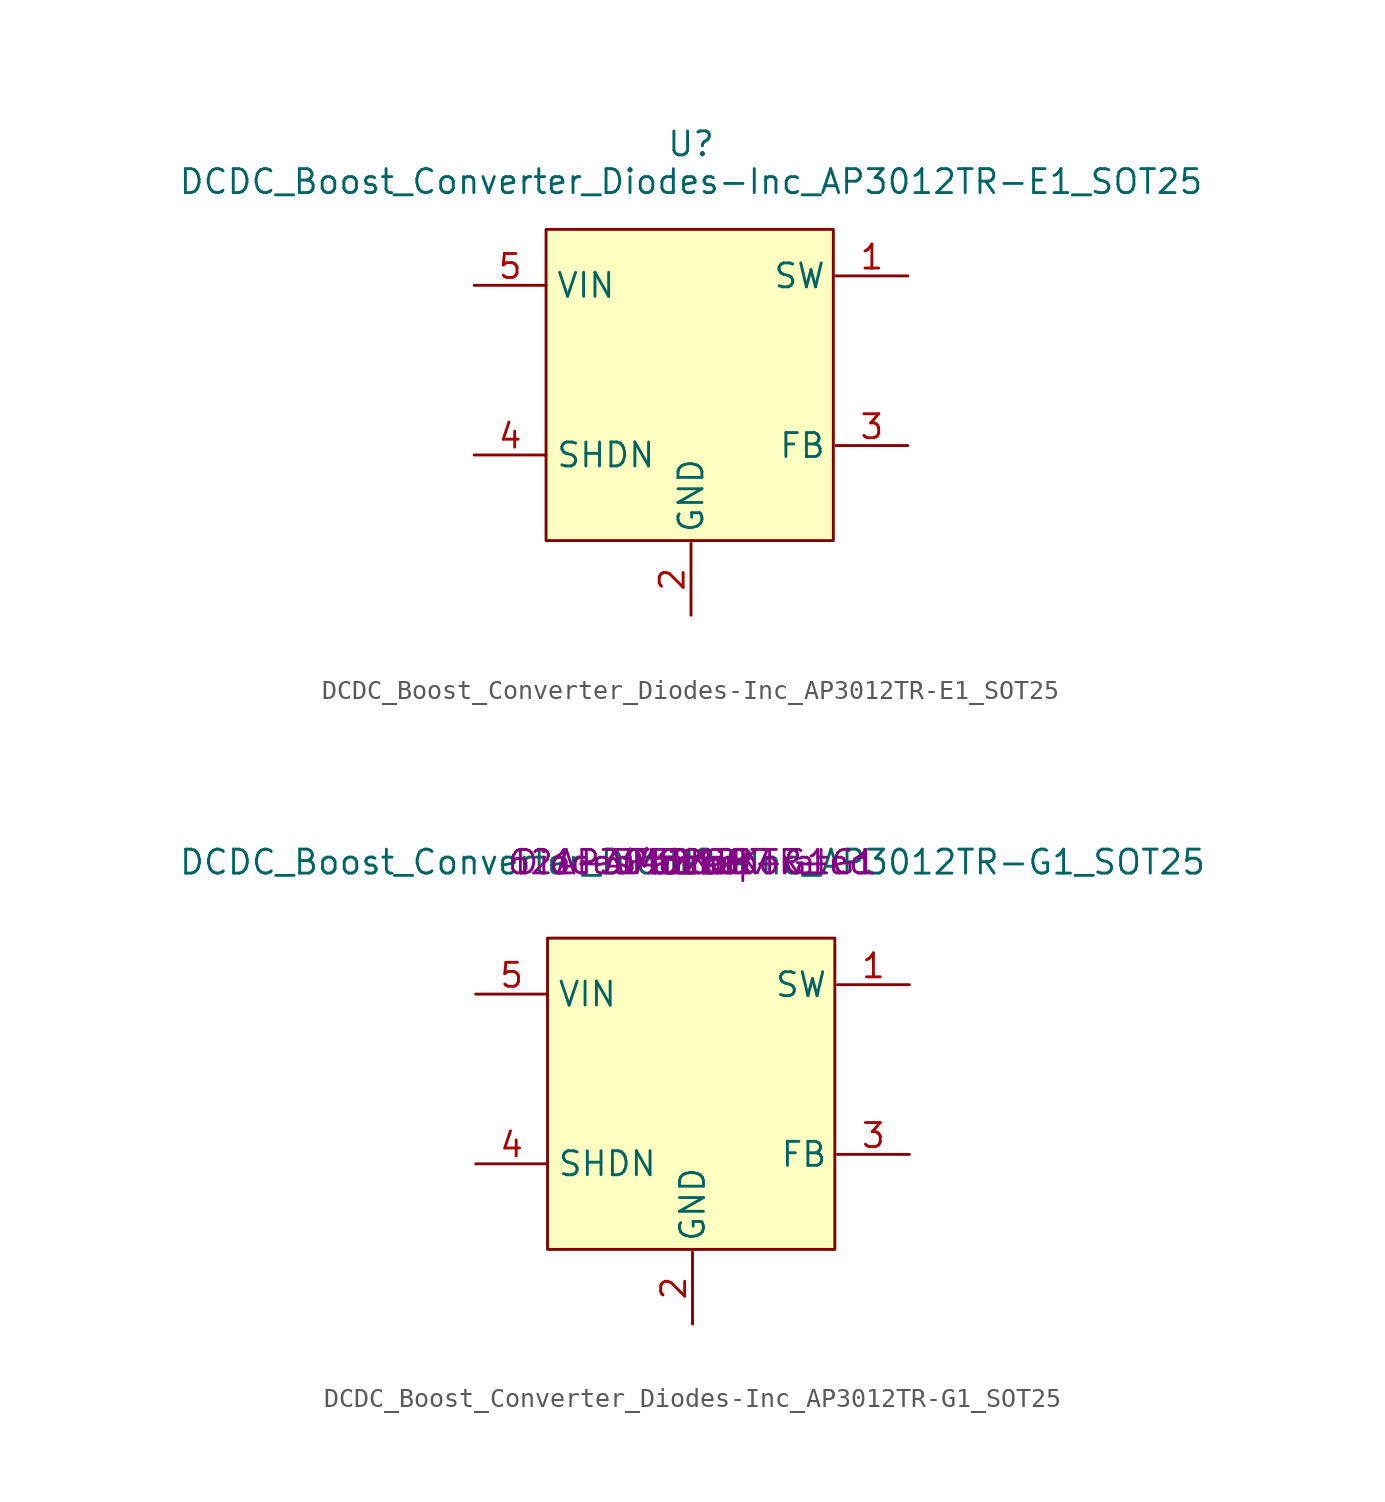
<source format=kicad_sym>
(kicad_symbol_lib
  (version 20211014)
  (generator kicad_symbol_editor)
  (symbol "DCDC_Boost_Converter_Diodes-Inc_AP3012TR-E1_SOT25"
    (pin_names
      (offset 0.5))
    (property "Reference" "U"
      (at 0 12 0)
      (effects (font (size 1.27 1.27))))
    (property "Value" "DCDC_Boost_Converter_Diodes-Inc_AP3012TR-E1_SOT25"
      (at 0 10 0)
      (effects (font (size 1.27 1.27))))
    (symbol "DCDC_Boost_Converter_Diodes-Inc_AP3012TR-E1_SOT25_0_0"
      (pin power_out line (at 11.5 5 180) (length 3.81) (name "SW" (effects (font (size 1.27 1.27)))) (number "1" (effects (font (size 1.27 1.27)))))
      (pin passive line (at 0 -13 90) (length 3.81) (name "GND" (effects (font (size 1.27 1.27)))) (number "2" (effects (font (size 1.27 1.27)))))
      (pin input line (at 11.5 -4 180) (length 3.81) (name "FB" (effects (font (size 1.27 1.27)))) (number "3" (effects (font (size 1.27 1.27)))))
      (pin input line (at -11.5 -4.5 0) (length 3.81) (name "SHDN" (effects (font (size 1.27 1.27)))) (number "4" (effects (font (size 1.27 1.27)))))
      (pin power_in line (at -11.5 4.5 0) (length 3.81) (name "VIN" (effects (font (size 1.27 1.27)))) (number "5" (effects (font (size 1.27 1.27))))))
    (symbol "DCDC_Boost_Converter_Diodes-Inc_AP3012TR-E1_SOT25_0_1"
      (rectangle (start -7.69 7.47) (end 7.55 -9.04) (stroke (width 0) (type default) (color 0 0 0 0)) (fill (type background)))))
  (symbol "DCDC_Boost_Converter_Diodes-Inc_AP3012TR-G1_SOT25"
    (pin_names
      (offset 0.5))
    (property "Reference" "U"
      (at 0 0 0)
      (effects (font (size 1.27 1.27))))
    (property "Value" "DCDC_Boost_Converter_Diodes-Inc_AP3012TR-G1_SOT25"
      (at 0 0 0)
      (effects (font (size 1.27 1.27))))
    (property "Manufacturer1" "Diodes Incorporated"
      (at 0 0 0)
      (effects (font (size 1.245 1.245))))
    (property "MPN1" "AP3012KTR-G1"
      (at 0 0 0)
      (effects (font (size 1.245 1.245))))
    (property "Vendor1" "Farnell"
      (at 0 0 0)
      (effects (font (size 1.245 1.245))))
    (property "SKU1" "3482887"
      (at 0 0 0)
      (effects (font (size 1.245 1.245))))
    (property "Vendor2" "Mouser"
      (at 0 0 0)
      (effects (font (size 1.245 1.245))))
    (property "SKU2" "621-AP3012KTR-G1"
      (at 0 0 0)
      (effects (font (size 1.245 1.245))))
    (symbol "DCDC_Boost_Converter_Diodes-Inc_AP3012TR-G1_SOT25_0_0"
      (pin power_out line (at 11.5 -6.5 180) (length 3.81) (name "SW" (effects (font (size 1.27 1.27)))) (number "1" (effects (font (size 1.27 1.27)))))
      (pin passive line (at 0 -24.5 90) (length 3.81) (name "GND" (effects (font (size 1.27 1.27)))) (number "2" (effects (font (size 1.27 1.27)))))
      (pin input line (at 11.5 -15.5 180) (length 3.81) (name "FB" (effects (font (size 1.27 1.27)))) (number "3" (effects (font (size 1.27 1.27)))))
      (pin input line (at -11.5 -16 0) (length 3.81) (name "SHDN" (effects (font (size 1.27 1.27)))) (number "4" (effects (font (size 1.27 1.27)))))
      (pin power_in line (at -11.5 -7 0) (length 3.81) (name "VIN" (effects (font (size 1.27 1.27)))) (number "5" (effects (font (size 1.27 1.27))))))
    (symbol "DCDC_Boost_Converter_Diodes-Inc_AP3012TR-G1_SOT25_0_1"
      (rectangle (start -7.69 -4.03) (end 7.55 -20.54) (stroke (width 0) (type default) (color 0 0 0 0)) (fill (type background))))))
</source>
